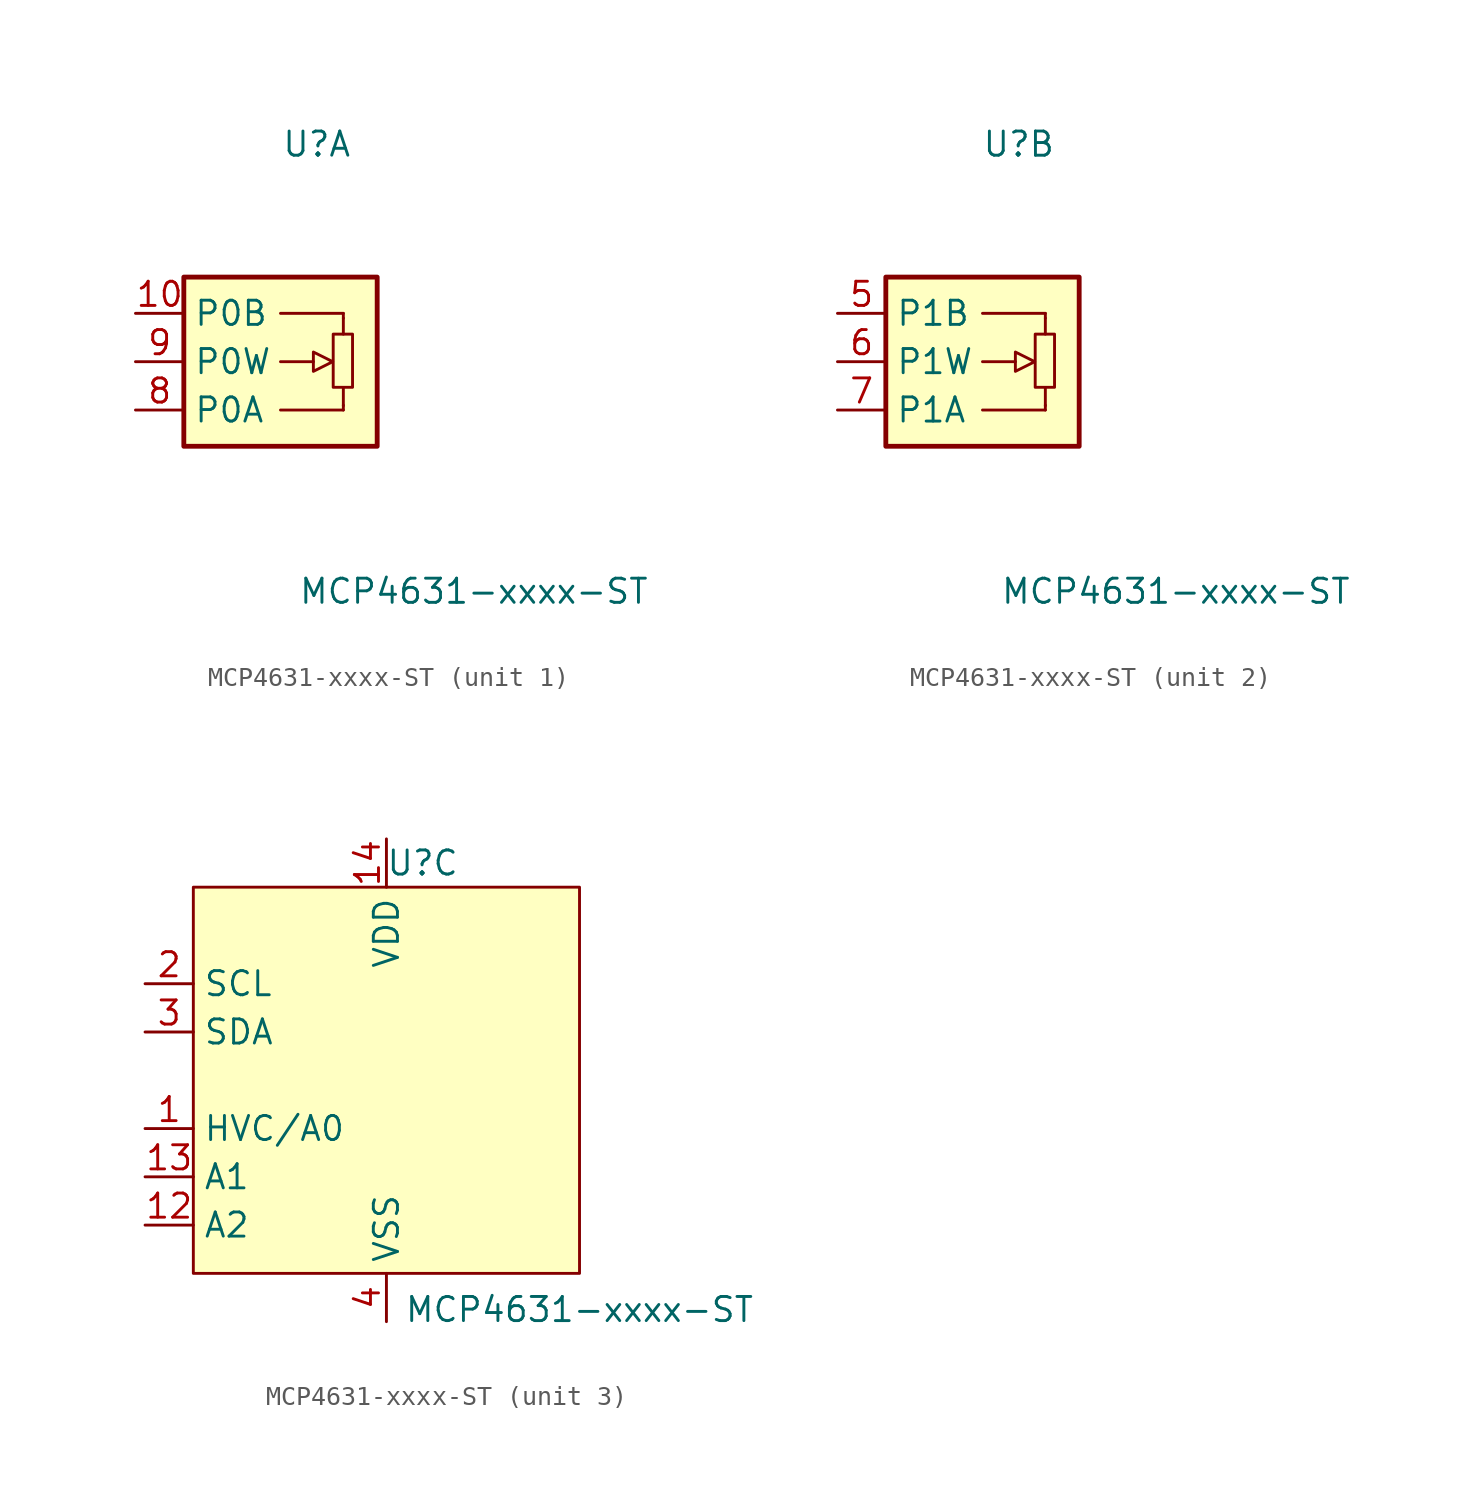
<source format=kicad_sym>
(kicad_symbol_lib
  (version 20231120)
  (generator "kicad_symbol_editor")
  (generator_version "8.0")
  (symbol "MCP4631-xxxx-ST"
    (property "Reference" "U"
      (at 1.905 11.43 0)
      (effects (font (size 1.27 1.27))))
    (property "Value" "MCP4631-xxxx-ST"
      (at 10.16 -12.065 0)
      (effects (font (size 1.27 1.27))))
    (property "ki_locked" ""
      (at 0 0 0)
      (effects (font (size 1.27 1.27))))
    (symbol "MCP4631-xxxx-ST_1_1"
      (polyline (pts (xy 1.727 0) (xy 0 0)) (stroke (width 0) (type default)) (fill (type none)))
      (polyline (pts (xy 3.302 -2.54) (xy 0 -2.54)) (stroke (width 0) (type default)) (fill (type background)))
      (polyline (pts (xy 3.302 -2.311) (xy 3.302 -1.372)) (stroke (width 0) (type default)) (fill (type none)))
      (polyline (pts (xy 3.302 2.286) (xy 3.302 1.448)) (stroke (width 0) (type default)) (fill (type none)))
      (polyline (pts (xy 3.302 2.54) (xy 0 2.54)) (stroke (width 0) (type default)) (fill (type background)))
      (polyline (pts (xy 3.302 -2.54) (xy 3.302 -2.286) (xy 3.302 -2.286)) (stroke (width 0) (type default)) (fill (type none)))
      (polyline (pts (xy 3.302 2.54) (xy 3.302 2.286) (xy 3.302 2.286)) (stroke (width 0) (type default)) (fill (type background)))
      (polyline (pts (xy 1.727 -0.508) (xy 1.727 0.508) (xy 2.743 0) (xy 1.727 -0.508) (xy 1.727 -0.508)) (stroke (width 0) (type default)) (fill (type none)))
      (rectangle (start 3.785 -1.346) (end 2.769 1.448) (stroke (width 0) (type default)) (fill (type none)))
      (rectangle (start 5.08 -4.445) (end -5.08 4.445) (stroke (width 0.254) (type default)) (fill (type background)))
      (pin passive line (at -7.62 2.54 0) (length 2.54) (name "P0B" (effects (font (size 1.27 1.27)))) (number "10" (effects (font (size 1.27 1.27)))))
      (pin passive line (at -7.62 -2.54 0) (length 2.54) (name "P0A" (effects (font (size 1.27 1.27)))) (number "8" (effects (font (size 1.27 1.27)))))
      (pin passive line (at -7.62 0 0) (length 2.54) (name "P0W" (effects (font (size 1.27 1.27)))) (number "9" (effects (font (size 1.27 1.27))))))
    (symbol "MCP4631-xxxx-ST_2_1"
      (polyline (pts (xy 1.727 0) (xy 0 0)) (stroke (width 0) (type default)) (fill (type none)))
      (polyline (pts (xy 3.302 -2.54) (xy 0 -2.54)) (stroke (width 0) (type default)) (fill (type background)))
      (polyline (pts (xy 3.302 -2.311) (xy 3.302 -1.372)) (stroke (width 0) (type default)) (fill (type none)))
      (polyline (pts (xy 3.302 2.286) (xy 3.302 1.448)) (stroke (width 0) (type default)) (fill (type none)))
      (polyline (pts (xy 3.302 2.54) (xy 0 2.54)) (stroke (width 0) (type default)) (fill (type background)))
      (polyline (pts (xy 3.302 -2.54) (xy 3.302 -2.286) (xy 3.302 -2.286)) (stroke (width 0) (type default)) (fill (type none)))
      (polyline (pts (xy 3.302 2.54) (xy 3.302 2.286) (xy 3.302 2.286)) (stroke (width 0) (type default)) (fill (type background)))
      (polyline (pts (xy 1.727 -0.508) (xy 1.727 0.508) (xy 2.743 0) (xy 1.727 -0.508) (xy 1.727 -0.508)) (stroke (width 0) (type default)) (fill (type none)))
      (rectangle (start 3.785 -1.346) (end 2.769 1.448) (stroke (width 0) (type default)) (fill (type none)))
      (rectangle (start 5.08 -4.445) (end -5.08 4.445) (stroke (width 0.254) (type default)) (fill (type background)))
      (pin passive line (at -7.62 2.54 0) (length 2.54) (name "P1B" (effects (font (size 1.27 1.27)))) (number "5" (effects (font (size 1.27 1.27)))))
      (pin passive line (at -7.62 0 0) (length 2.54) (name "P1W" (effects (font (size 1.27 1.27)))) (number "6" (effects (font (size 1.27 1.27)))))
      (pin passive line (at -7.62 -2.54 0) (length 2.54) (name "P1A" (effects (font (size 1.27 1.27)))) (number "7" (effects (font (size 1.27 1.27))))))
    (symbol "MCP4631-xxxx-ST_3_1"
      (rectangle (start -10.16 10.16) (end 10.16 -10.16) (stroke (width 0) (type default)) (fill (type background)))
      (pin input line (at -12.7 -2.54 0) (length 2.54) (name "HVC/A0" (effects (font (size 1.27 1.27)))) (number "1" (effects (font (size 1.27 1.27)))))
      (pin no_connect line (at -10.16 0 0) (length 2.54) hide (name "NC" (effects (font (size 1.27 1.27)))) (number "11" (effects (font (size 1.27 1.27)))))
      (pin input line (at -12.7 -7.62 0) (length 2.54) (name "A2" (effects (font (size 1.27 1.27)))) (number "12" (effects (font (size 1.27 1.27)))))
      (pin input line (at -12.7 -5.08 0) (length 2.54) (name "A1" (effects (font (size 1.27 1.27)))) (number "13" (effects (font (size 1.27 1.27)))))
      (pin power_in line (at 0 12.7 270) (length 2.54) (name "VDD" (effects (font (size 1.27 1.27)))) (number "14" (effects (font (size 1.27 1.27)))))
      (pin input line (at -12.7 5.08 0) (length 2.54) (name "SCL" (effects (font (size 1.27 1.27)))) (number "2" (effects (font (size 1.27 1.27)))))
      (pin bidirectional line (at -12.7 2.54 0) (length 2.54) (name "SDA" (effects (font (size 1.27 1.27)))) (number "3" (effects (font (size 1.27 1.27)))))
      (pin power_in line (at 0 -12.7 90) (length 2.54) (name "VSS" (effects (font (size 1.27 1.27)))) (number "4" (effects (font (size 1.27 1.27))))))))
</source>
